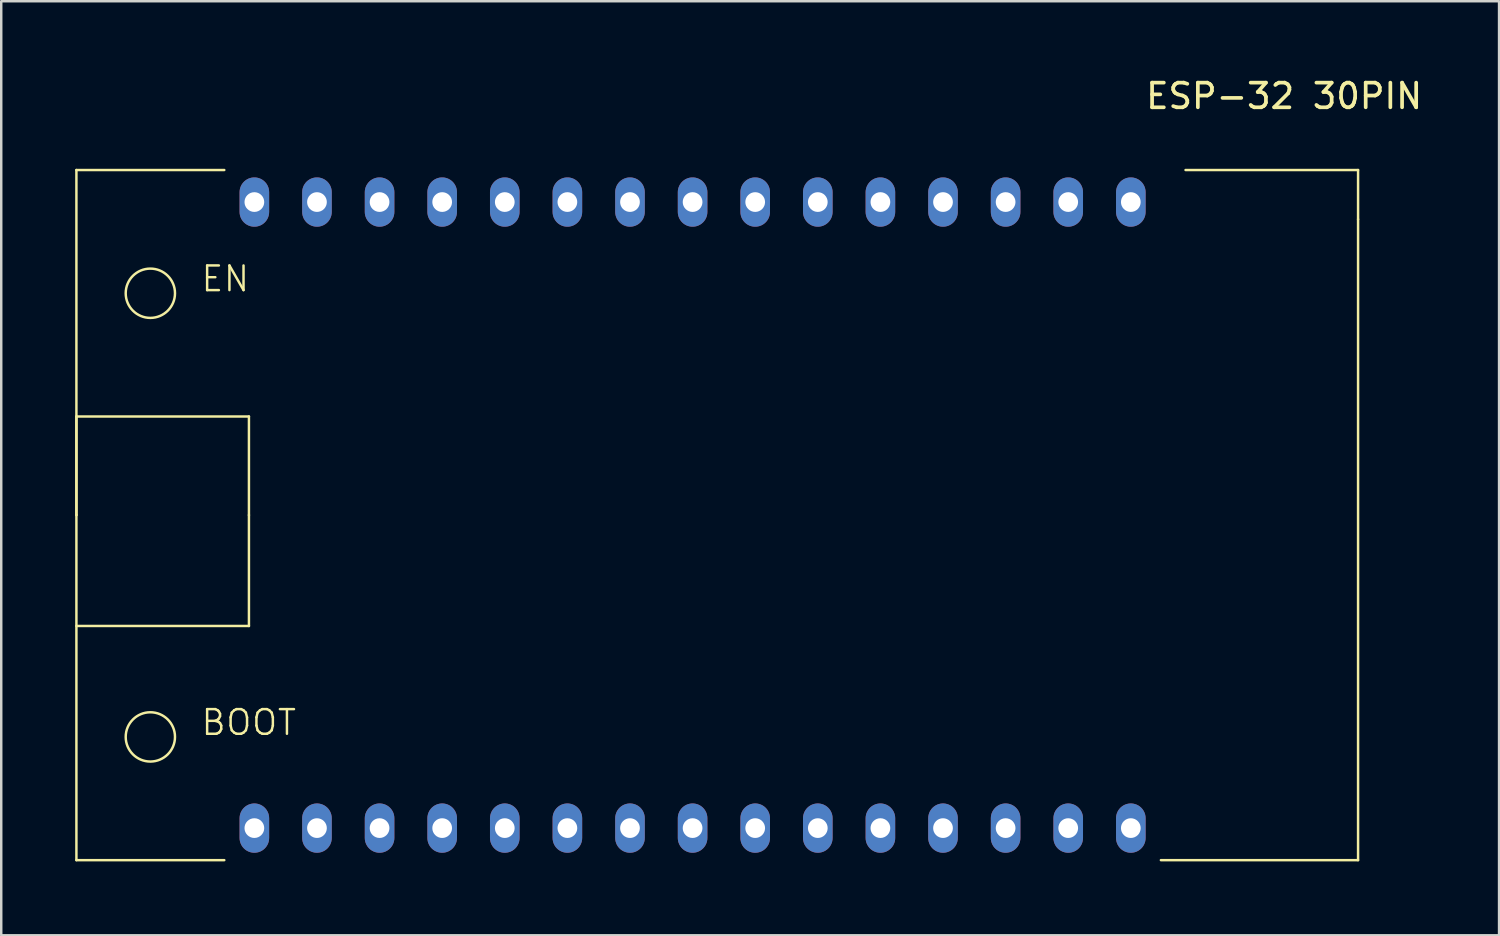
<source format=kicad_pcb>
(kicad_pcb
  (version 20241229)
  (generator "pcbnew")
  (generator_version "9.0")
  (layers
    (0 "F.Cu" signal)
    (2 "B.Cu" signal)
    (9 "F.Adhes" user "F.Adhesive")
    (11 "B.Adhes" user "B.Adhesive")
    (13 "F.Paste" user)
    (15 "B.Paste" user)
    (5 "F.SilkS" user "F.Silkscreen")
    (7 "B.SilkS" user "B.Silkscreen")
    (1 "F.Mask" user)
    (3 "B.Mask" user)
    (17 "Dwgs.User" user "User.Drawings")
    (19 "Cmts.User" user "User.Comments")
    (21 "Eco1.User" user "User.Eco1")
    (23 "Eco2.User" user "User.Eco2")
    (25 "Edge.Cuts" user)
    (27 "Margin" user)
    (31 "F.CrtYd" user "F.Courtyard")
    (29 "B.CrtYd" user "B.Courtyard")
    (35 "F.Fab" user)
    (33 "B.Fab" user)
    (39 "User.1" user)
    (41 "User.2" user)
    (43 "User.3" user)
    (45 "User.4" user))
  (footprint "ESP-32 30PIN"
    (layer "F.Cu")
    (at 25.05 17.848)
    (property "Reference" "ESP-32 30PIN" (at 24 -17 180) (layer "F.SilkS") (effects (font (size 1 1) (thickness 0.15))))
    (attr through_hole)
    (fp_line (start -25 -14) (end -19 -14) (stroke (width 0.1) (type default)) (layer "F.SilkS"))
    (fp_line (start -25 -4) (end -18 -4) (stroke (width 0.1) (type default)) (layer "F.SilkS"))
    (fp_line (start -25 0) (end -25 -14) (stroke (width 0.1) (type default)) (layer "F.SilkS"))
    (fp_line (start -25 0) (end -25 -4) (stroke (width 0.1) (type default)) (layer "F.SilkS"))
    (fp_line (start -25 0) (end -25 14) (stroke (width 0.1) (type default)) (layer "F.SilkS"))
    (fp_line (start -25 14) (end -19 14) (stroke (width 0.1) (type default)) (layer "F.SilkS"))
    (fp_line (start -18 -4) (end -18 0) (stroke (width 0.1) (type default)) (layer "F.SilkS"))
    (fp_line (start -18 0) (end -18 4.5) (stroke (width 0.1) (type default)) (layer "F.SilkS"))
    (fp_line (start -18 4.5) (end -25 4.5) (stroke (width 0.1) (type default)) (layer "F.SilkS"))
    (fp_line (start 19 14) (end 27 14) (stroke (width 0.1) (type default)) (layer "F.SilkS"))
    (fp_line (start 27 -14) (end 20 -14) (stroke (width 0.1) (type default)) (layer "F.SilkS"))
    (fp_line (start 27 -12) (end 27 -14) (stroke (width 0.1) (type default)) (layer "F.SilkS"))
    (fp_line (start 27 14) (end 27 -12) (stroke (width 0.1) (type default)) (layer "F.SilkS"))
    (fp_circle (center -22 -9) (end -21 -9) (stroke (width 0.1) (type default)) (fill no) (layer "F.SilkS"))
    (fp_circle (center -22 9) (end -21 9) (stroke (width 0.1) (type default)) (fill no) (layer "F.SilkS"))
    (fp_text user "EN" (at -20 -9 0) (unlocked yes) (layer "F.SilkS") (effects (font (size 1 1) (thickness 0.1)) (justify left bottom)))
    (fp_text user "BOOT" (at -20 9 0) (unlocked yes) (layer "F.SilkS") (effects (font (size 1 1) (thickness 0.1)) (justify left bottom)))
    (pad "1" thru_hole oval (at -17.78 12.7) (size 1.2 2) (drill 0.8) (layers "*.Cu" "*.Mask"))
    (pad "2" thru_hole oval (at -15.24 12.7) (size 1.2 2) (drill 0.8) (layers "*.Cu" "*.Mask"))
    (pad "3" thru_hole oval (at -12.7 12.7) (size 1.2 2) (drill 0.8) (layers "*.Cu" "*.Mask"))
    (pad "4" thru_hole oval (at -10.16 12.7) (size 1.2 2) (drill 0.8) (layers "*.Cu" "*.Mask"))
    (pad "5" thru_hole oval (at -7.62 12.7) (size 1.2 2) (drill 0.8) (layers "*.Cu" "*.Mask"))
    (pad "6" thru_hole oval (at -5.08 12.7) (size 1.2 2) (drill 0.8) (layers "*.Cu" "*.Mask"))
    (pad "7" thru_hole oval (at -2.54 12.7) (size 1.2 2) (drill 0.8) (layers "*.Cu" "*.Mask"))
    (pad "8" thru_hole oval (at 0 12.7) (size 1.2 2) (drill 0.8) (layers "*.Cu" "*.Mask"))
    (pad "9" thru_hole oval (at 2.54 12.7) (size 1.2 2) (drill 0.8) (layers "*.Cu" "*.Mask"))
    (pad "10" thru_hole oval (at 5.08 12.7) (size 1.2 2) (drill 0.8) (layers "*.Cu" "*.Mask"))
    (pad "11" thru_hole oval (at 7.62 12.7) (size 1.2 2) (drill 0.8) (layers "*.Cu" "*.Mask"))
    (pad "12" thru_hole oval (at 10.16 12.7) (size 1.2 2) (drill 0.8) (layers "*.Cu" "*.Mask"))
    (pad "13" thru_hole oval (at 12.7 12.7) (size 1.2 2) (drill 0.8) (layers "*.Cu" "*.Mask"))
    (pad "14" thru_hole oval (at 15.24 12.7) (size 1.2 2) (drill 0.8) (layers "*.Cu" "*.Mask"))
    (pad "15" thru_hole oval (at 17.78 12.7) (size 1.2 2) (drill 0.8) (layers "*.Cu" "*.Mask"))
    (pad "16" thru_hole oval (at 17.78 -12.7) (size 1.2 2) (drill 0.8) (layers "*.Cu" "*.Mask"))
    (pad "17" thru_hole oval (at 15.24 -12.7) (size 1.2 2) (drill 0.8) (layers "*.Cu" "*.Mask"))
    (pad "18" thru_hole oval (at 12.7 -12.7) (size 1.2 2) (drill 0.8) (layers "*.Cu" "*.Mask"))
    (pad "19" thru_hole oval (at 10.16 -12.7) (size 1.2 2) (drill 0.8) (layers "*.Cu" "*.Mask"))
    (pad "20" thru_hole oval (at 7.62 -12.7) (size 1.2 2) (drill 0.8) (layers "*.Cu" "*.Mask"))
    (pad "21" thru_hole oval (at 5.08 -12.7) (size 1.2 2) (drill 0.8) (layers "*.Cu" "*.Mask"))
    (pad "22" thru_hole oval (at 2.54 -12.7) (size 1.2 2) (drill 0.8) (layers "*.Cu" "*.Mask"))
    (pad "23" thru_hole oval (at 0 -12.7) (size 1.2 2) (drill 0.8) (layers "*.Cu" "*.Mask"))
    (pad "24" thru_hole oval (at -2.54 -12.7) (size 1.2 2) (drill 0.8) (layers "*.Cu" "*.Mask"))
    (pad "25" thru_hole oval (at -5.08 -12.7) (size 1.2 2) (drill 0.8) (layers "*.Cu" "*.Mask"))
    (pad "26" thru_hole oval (at -7.62 -12.7) (size 1.2 2) (drill 0.8) (layers "*.Cu" "*.Mask"))
    (pad "27" thru_hole oval (at -10.16 -12.7) (size 1.2 2) (drill 0.8) (layers "*.Cu" "*.Mask"))
    (pad "28" thru_hole oval (at -12.7 -12.7) (size 1.2 2) (drill 0.8) (layers "*.Cu" "*.Mask"))
    (pad "29" thru_hole oval (at -15.24 -12.7) (size 1.2 2) (drill 0.8) (layers "*.Cu" "*.Mask"))
    (pad "30" thru_hole oval (at -17.78 -12.7) (size 1.2 2) (drill 0.8) (layers "*.Cu" "*.Mask")))
  (gr_rect
    (start -3 -3)
    (end 57.77 34.898)
    (stroke (width 0.1) (type default))
    (fill no)
    (layer "Edge.Cuts")))
</source>
